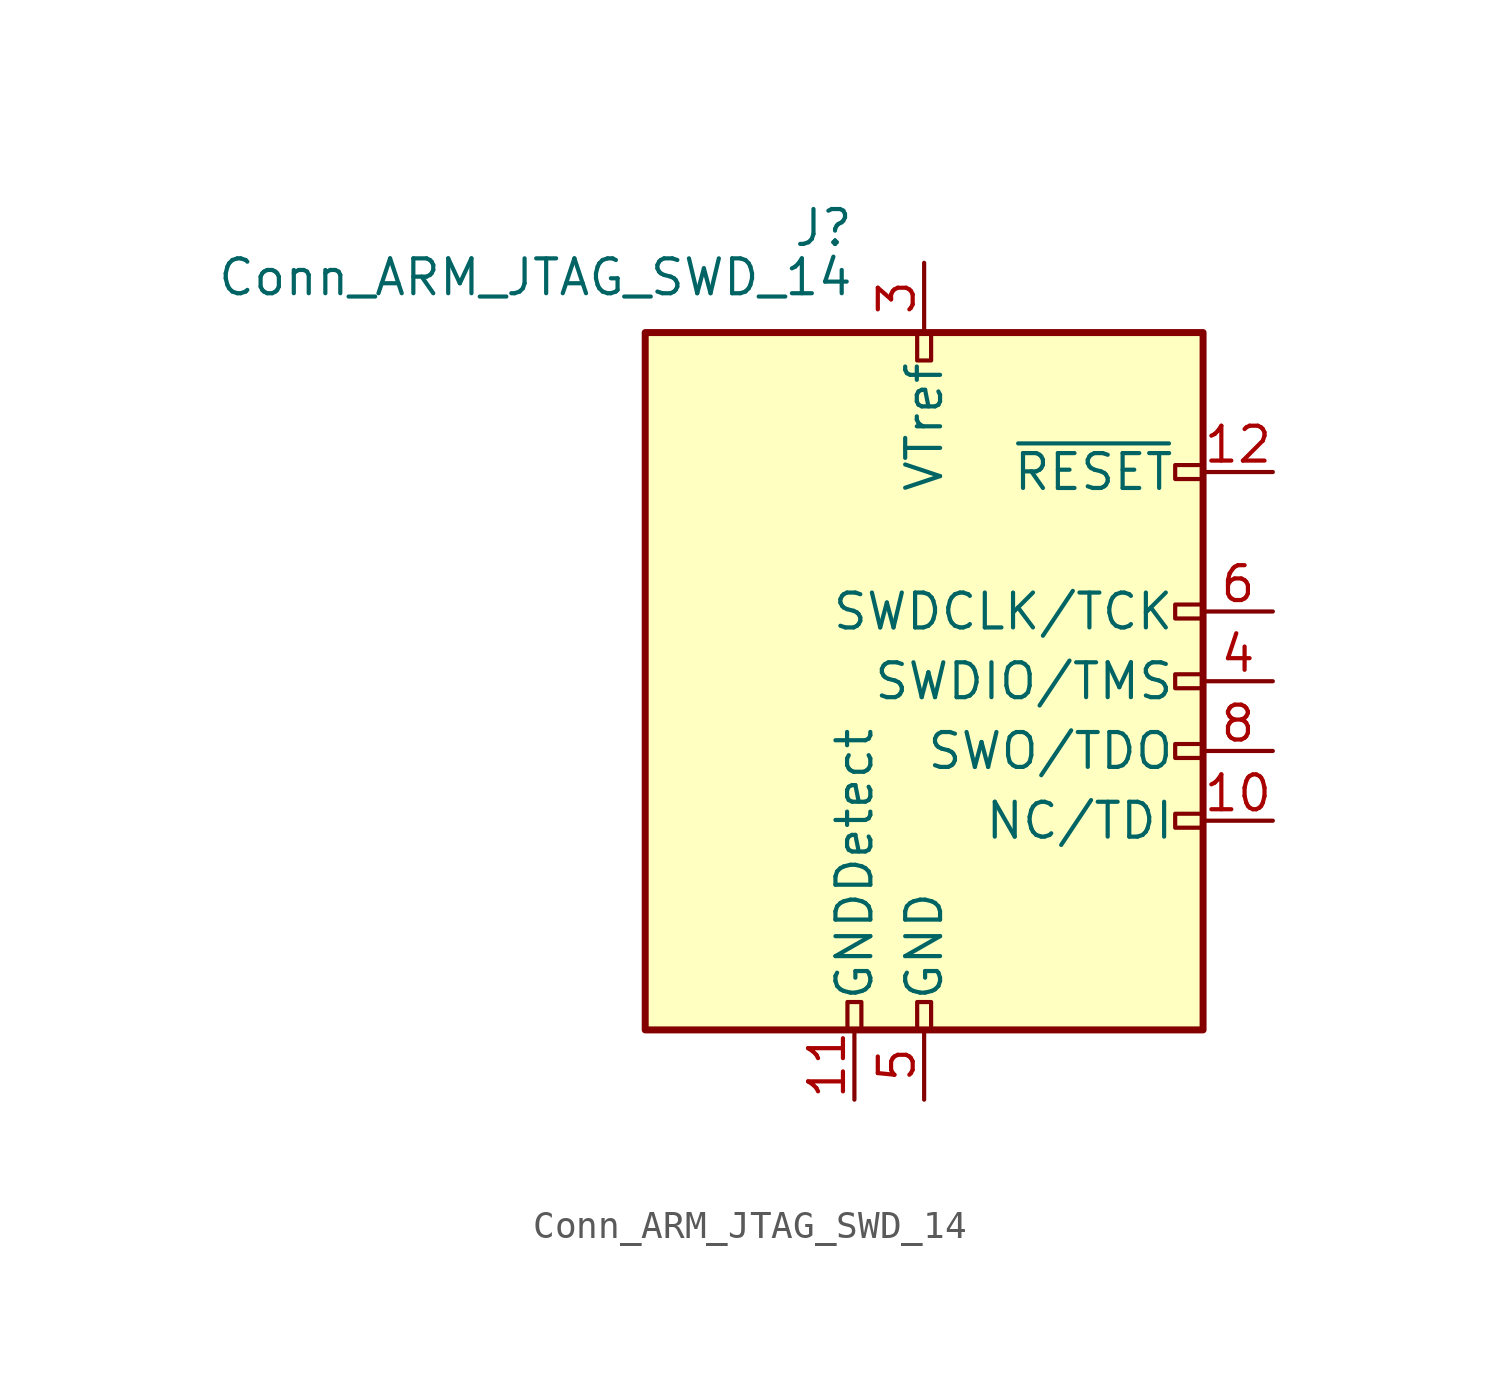
<source format=kicad_sym>
(kicad_symbol_lib
  (version 20220914)
  (generator kicad_symbol_editor)
  (symbol "Conn_ARM_JTAG_SWD_14"
    (pin_names
      (offset 1.016))
    (property "Reference" "J"
      (at -2.54 16.51 0)
      (effects (font (size 1.27 1.27)) (justify right)))
    (property "Value" "Conn_ARM_JTAG_SWD_14"
      (at -2.54 13.97 0)
      (effects (font (size 1.27 1.27)) (justify right bottom)))
    (symbol "Conn_ARM_JTAG_SWD_14_0_1"
      (rectangle (start -10.16 12.7) (end 10.16 -12.7) (stroke (width 0.254) (type default)) (fill (type background)))
      (rectangle (start -2.794 -12.7) (end -2.286 -11.684) (stroke (width 0) (type default)) (fill (type none)))
      (rectangle (start -0.254 -12.7) (end 0.254 -11.684) (stroke (width 0) (type default)) (fill (type none)))
      (rectangle (start -0.254 12.7) (end 0.254 11.684) (stroke (width 0) (type default)) (fill (type none)))
      (rectangle (start 9.144 2.286) (end 10.16 2.794) (stroke (width 0) (type default)) (fill (type none)))
      (rectangle (start 10.16 -2.794) (end 9.144 -2.286) (stroke (width 0) (type default)) (fill (type none)))
      (rectangle (start 10.16 -0.254) (end 9.144 0.254) (stroke (width 0) (type default)) (fill (type none)))
      (rectangle (start 10.16 7.874) (end 9.144 7.366) (stroke (width 0) (type default)) (fill (type none))))
    (symbol "Conn_ARM_JTAG_SWD_14_1_1"
      (rectangle (start 9.144 -5.334) (end 10.16 -4.826) (stroke (width 0) (type default)) (fill (type none)))
      (pin no_connect line (at -12.7 8.636 0) (length 2.54) hide (name "Reserved" (effects (font (size 1.27 1.27)))) (number "1" (effects (font (size 1.27 1.27)))))
      (pin output line (at 12.7 -5.08 180) (length 2.54) (name "NC/TDI" (effects (font (size 1.27 1.27)))) (number "10" (effects (font (size 1.27 1.27)))))
      (pin passive line (at -2.54 -15.24 90) (length 2.54) (name "GNDDetect" (effects (font (size 1.27 1.27)))) (number "11" (effects (font (size 1.27 1.27)))))
      (pin open_collector line (at 12.7 7.62 180) (length 2.54) (name "~{RESET}" (effects (font (size 1.27 1.27)))) (number "12" (effects (font (size 1.27 1.27)))))
      (pin no_connect line (at -12.7 3.556 0) (length 2.54) hide (name "Reserved" (effects (font (size 1.27 1.27)))) (number "13" (effects (font (size 1.27 1.27)))))
      (pin no_connect line (at -12.7 0.762 0) (length 2.54) hide (name "Reserved" (effects (font (size 1.27 1.27)))) (number "14" (effects (font (size 1.27 1.27)))))
      (pin no_connect line (at -12.7 6.35 0) (length 2.54) hide (name "Reserved" (effects (font (size 1.27 1.27)))) (number "2" (effects (font (size 1.27 1.27)))))
      (pin power_in line (at 0 15.24 270) (length 2.54) (name "VTref" (effects (font (size 1.27 1.27)))) (number "3" (effects (font (size 1.27 1.27)))))
      (pin bidirectional line (at 12.7 0 180) (length 2.54) (name "SWDIO/TMS" (effects (font (size 1.27 1.27)))) (number "4" (effects (font (size 1.27 1.27)))))
      (pin power_in line (at 0 -15.24 90) (length 2.54) (name "GND" (effects (font (size 1.27 1.27)))) (number "5" (effects (font (size 1.27 1.27)))))
      (pin output line (at 12.7 2.54 180) (length 2.54) (name "SWDCLK/TCK" (effects (font (size 1.27 1.27)))) (number "6" (effects (font (size 1.27 1.27)))))
      (pin passive line (at 0 -15.24 90) (length 2.54) hide (name "GND" (effects (font (size 1.27 1.27)))) (number "7" (effects (font (size 1.27 1.27)))))
      (pin no_connect line (at -10.16 0 0) (length 2.54) hide (name "KEY" (effects (font (size 1.27 1.27)))) (number "7" (effects (font (size 1.27 1.27)))))
      (pin input line (at 12.7 -2.54 180) (length 2.54) (name "SWO/TDO" (effects (font (size 1.27 1.27)))) (number "8" (effects (font (size 1.27 1.27))))))))
</source>
